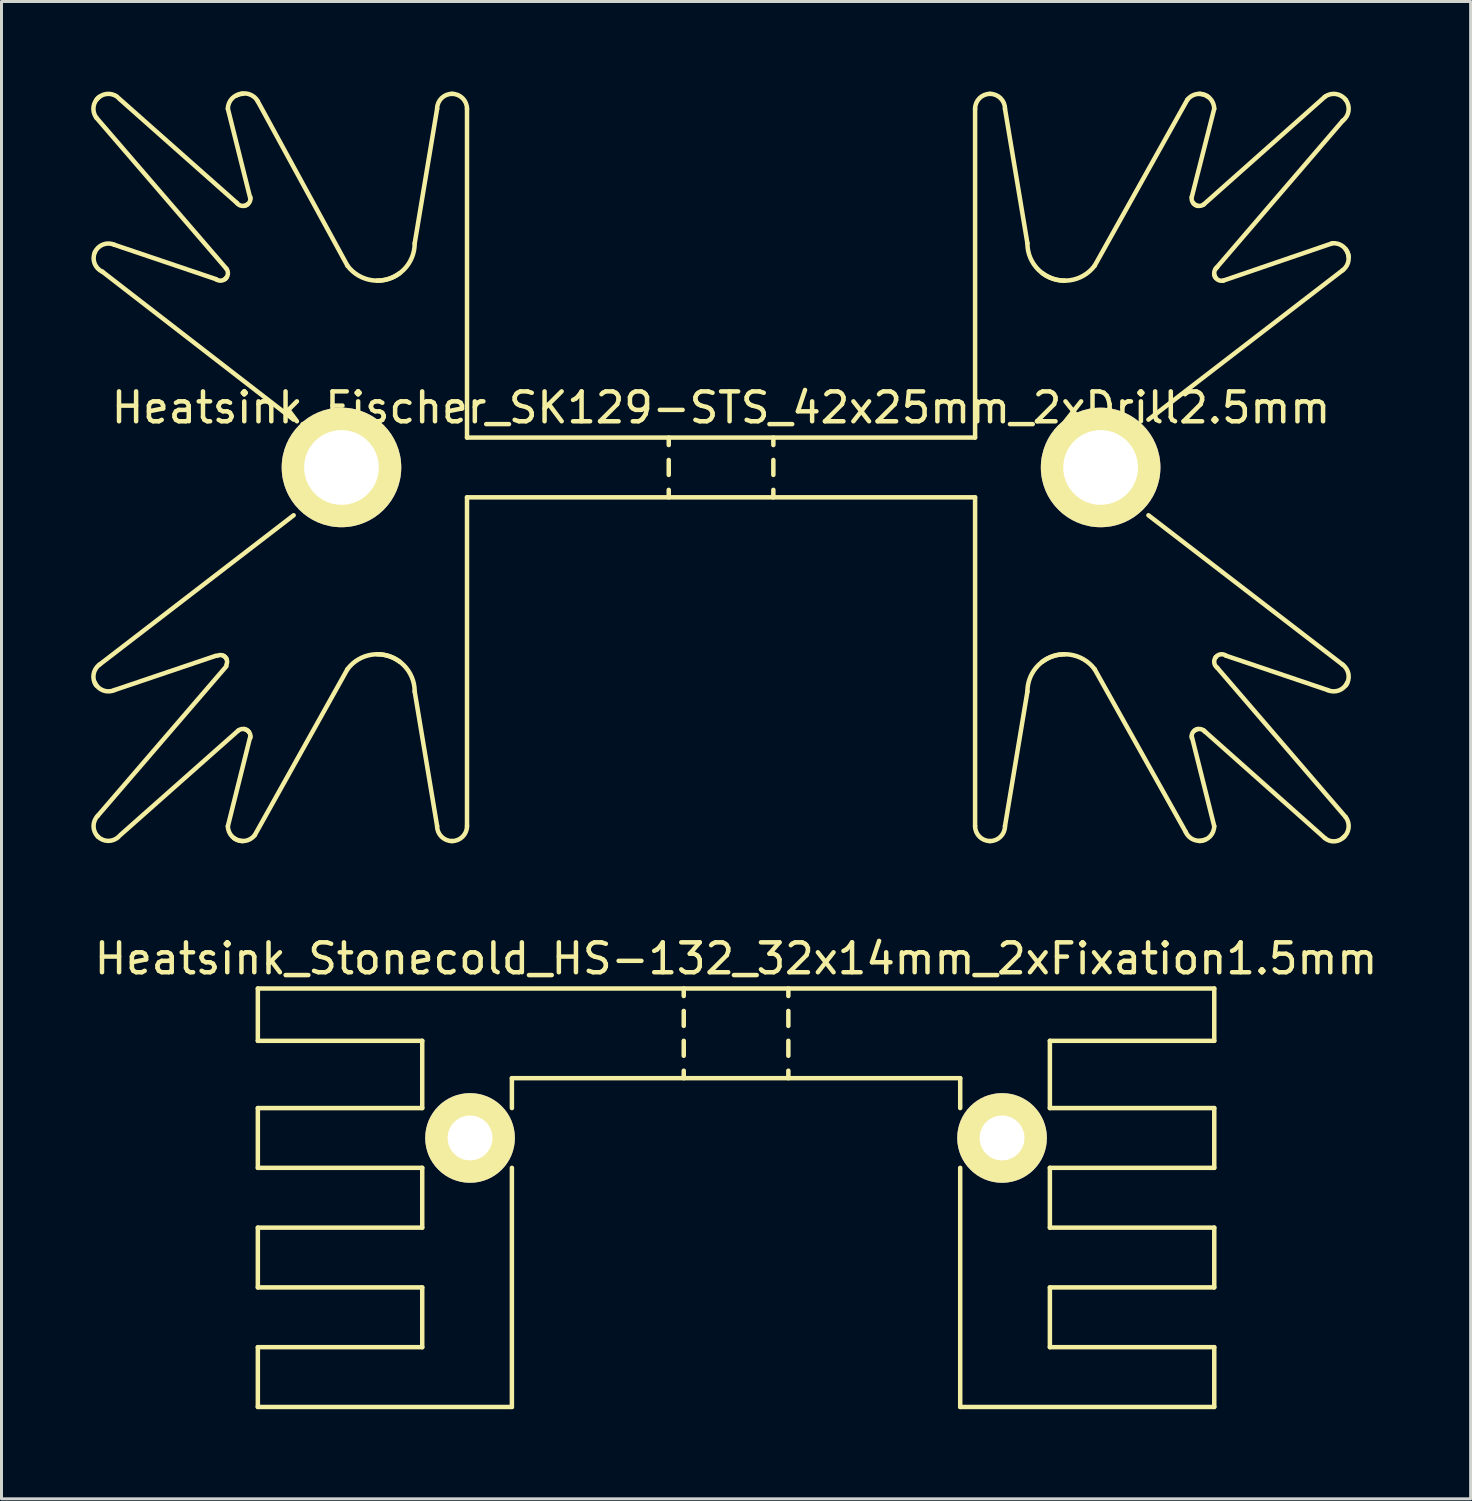
<source format=kicad_pcb>
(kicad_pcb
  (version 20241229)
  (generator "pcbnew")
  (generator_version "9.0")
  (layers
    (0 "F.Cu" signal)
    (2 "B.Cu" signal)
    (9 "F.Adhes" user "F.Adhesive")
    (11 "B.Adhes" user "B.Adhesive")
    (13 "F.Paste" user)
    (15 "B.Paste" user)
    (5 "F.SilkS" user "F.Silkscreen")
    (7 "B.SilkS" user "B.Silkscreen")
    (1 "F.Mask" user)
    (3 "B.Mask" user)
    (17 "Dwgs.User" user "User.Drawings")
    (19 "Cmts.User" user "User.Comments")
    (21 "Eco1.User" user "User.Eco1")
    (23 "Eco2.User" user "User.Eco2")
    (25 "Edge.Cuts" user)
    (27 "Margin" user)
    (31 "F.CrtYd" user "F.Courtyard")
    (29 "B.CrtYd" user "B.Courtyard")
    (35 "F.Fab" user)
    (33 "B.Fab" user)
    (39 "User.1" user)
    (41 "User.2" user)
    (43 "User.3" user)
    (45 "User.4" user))
  (footprint "Heatsink_Stonecold_HS-132_32x14mm_2xFixation1.5mm"
    (layer "F.Cu")
    (at 21.577 35.024)
    (property "Reference" "Heatsink_Stonecold_HS-132_32x14mm_2xFixation1.5mm" (at 0 -6 0) (layer "F.SilkS") (effects (font (size 1 1) (thickness 0.15))))
    (attr through_hole)
    (fp_line (start -16 -5) (end 16 -5) (stroke (width 0.15) (type solid)) (layer "F.SilkS"))
    (fp_line (start -16 -3.25) (end -16 -5) (stroke (width 0.15) (type solid)) (layer "F.SilkS"))
    (fp_line (start -16 -1) (end -16 1) (stroke (width 0.15) (type solid)) (layer "F.SilkS"))
    (fp_line (start -16 1) (end -10.5 1) (stroke (width 0.15) (type solid)) (layer "F.SilkS"))
    (fp_line (start -16 3) (end -16 5) (stroke (width 0.15) (type solid)) (layer "F.SilkS"))
    (fp_line (start -16 5) (end -10.5 5) (stroke (width 0.15) (type solid)) (layer "F.SilkS"))
    (fp_line (start -16 7) (end -16 9) (stroke (width 0.15) (type solid)) (layer "F.SilkS"))
    (fp_line (start -10.5 -3.25) (end -16 -3.25) (stroke (width 0.15) (type solid)) (layer "F.SilkS"))
    (fp_line (start -10.5 -3.25) (end -10.5 -1) (stroke (width 0.15) (type solid)) (layer "F.SilkS"))
    (fp_line (start -10.5 -1) (end -16 -1) (stroke (width 0.15) (type solid)) (layer "F.SilkS"))
    (fp_line (start -10.5 1) (end -10.5 3) (stroke (width 0.15) (type solid)) (layer "F.SilkS"))
    (fp_line (start -10.5 3) (end -16 3) (stroke (width 0.15) (type solid)) (layer "F.SilkS"))
    (fp_line (start -10.5 5) (end -10.5 7) (stroke (width 0.15) (type solid)) (layer "F.SilkS"))
    (fp_line (start -10.5 7) (end -16 7) (stroke (width 0.15) (type solid)) (layer "F.SilkS"))
    (fp_line (start -7.5 -2) (end -7.5 -1) (stroke (width 0.15) (type solid)) (layer "F.SilkS"))
    (fp_line (start -7.5 -2) (end 7.5 -2) (stroke (width 0.15) (type solid)) (layer "F.SilkS"))
    (fp_line (start -7.5 1) (end -7.5 9) (stroke (width 0.15) (type solid)) (layer "F.SilkS"))
    (fp_line (start -7.5 9) (end -16 9) (stroke (width 0.15) (type solid)) (layer "F.SilkS"))
    (fp_line (start -1.75 -4.75) (end -1.75 -5) (stroke (width 0.15) (type solid)) (layer "F.SilkS"))
    (fp_line (start -1.75 -4.25) (end -1.75 -3.75) (stroke (width 0.15) (type solid)) (layer "F.SilkS"))
    (fp_line (start -1.75 -3.25) (end -1.75 -2.75) (stroke (width 0.15) (type solid)) (layer "F.SilkS"))
    (fp_line (start -1.75 -2.25) (end -1.75 -2) (stroke (width 0.15) (type solid)) (layer "F.SilkS"))
    (fp_line (start 1.75 -4.75) (end 1.75 -5) (stroke (width 0.15) (type solid)) (layer "F.SilkS"))
    (fp_line (start 1.75 -4.25) (end 1.75 -3.75) (stroke (width 0.15) (type solid)) (layer "F.SilkS"))
    (fp_line (start 1.75 -3.25) (end 1.75 -2.75) (stroke (width 0.15) (type solid)) (layer "F.SilkS"))
    (fp_line (start 1.75 -2.25) (end 1.75 -2) (stroke (width 0.15) (type solid)) (layer "F.SilkS"))
    (fp_line (start 7.5 -2) (end 7.5 -1) (stroke (width 0.15) (type solid)) (layer "F.SilkS"))
    (fp_line (start 7.5 1) (end 7.5 9) (stroke (width 0.15) (type solid)) (layer "F.SilkS"))
    (fp_line (start 7.5 9) (end 16 9) (stroke (width 0.15) (type solid)) (layer "F.SilkS"))
    (fp_line (start 10.5 -3.25) (end 10.5 -1) (stroke (width 0.15) (type solid)) (layer "F.SilkS"))
    (fp_line (start 10.5 -3.25) (end 16 -3.25) (stroke (width 0.15) (type solid)) (layer "F.SilkS"))
    (fp_line (start 10.5 -1) (end 16 -1) (stroke (width 0.15) (type solid)) (layer "F.SilkS"))
    (fp_line (start 10.5 1) (end 10.5 3) (stroke (width 0.15) (type solid)) (layer "F.SilkS"))
    (fp_line (start 10.5 1) (end 16 1) (stroke (width 0.15) (type solid)) (layer "F.SilkS"))
    (fp_line (start 10.5 3) (end 16 3) (stroke (width 0.15) (type solid)) (layer "F.SilkS"))
    (fp_line (start 10.5 5) (end 10.5 7) (stroke (width 0.15) (type solid)) (layer "F.SilkS"))
    (fp_line (start 10.5 5) (end 16 5) (stroke (width 0.15) (type solid)) (layer "F.SilkS"))
    (fp_line (start 10.5 7) (end 16 7) (stroke (width 0.15) (type solid)) (layer "F.SilkS"))
    (fp_line (start 16 -5) (end 16 -3.25) (stroke (width 0.15) (type solid)) (layer "F.SilkS"))
    (fp_line (start 16 -1) (end 16 1) (stroke (width 0.15) (type solid)) (layer "F.SilkS"))
    (fp_line (start 16 3) (end 16 5) (stroke (width 0.15) (type solid)) (layer "F.SilkS"))
    (fp_line (start 16 7) (end 16 9) (stroke (width 0.15) (type solid)) (layer "F.SilkS"))
    (pad "1" thru_hole circle (at -8.9 0) (size 3 3) (drill 1.5) (layers "*.Cu" "*.Mask" "F.SilkS"))
    (pad "1" thru_hole circle (at 8.9 0) (size 3 3) (drill 1.5) (layers "*.Cu" "*.Mask" "F.SilkS")))
  (footprint "Heatsink_Fischer_SK129-STS_42x25mm_2xDrill2.5mm"
    (layer "F.Cu")
    (at 21.075 12.59)
    (property "Reference" "Heatsink_Fischer_SK129-STS_42x25mm_2xDrill2.5mm" (at 0 -2 0) (layer "F.SilkS") (effects (font (size 1 1) (thickness 0.15))))
    (attr through_hole)
    (fp_line (start -20.85 11.65) (end -16.55 6.65) (stroke (width 0.15) (type solid)) (layer "F.SilkS"))
    (fp_line (start -20.8 6.6) (end -14.3 1.6) (stroke (width 0.15) (type solid)) (layer "F.SilkS"))
    (fp_line (start -20.7 -6.55) (end -14.3 -1.6) (stroke (width 0.15) (type solid)) (layer "F.SilkS"))
    (fp_line (start -20.3 7.45) (end -16.9 6.3) (stroke (width 0.15) (type solid)) (layer "F.SilkS"))
    (fp_line (start -20.1 12.3) (end -16.15 8.8) (stroke (width 0.15) (type solid)) (layer "F.SilkS"))
    (fp_line (start -16.9 -6.3) (end -20.3 -7.45) (stroke (width 0.15) (type solid)) (layer "F.SilkS"))
    (fp_line (start -16.55 -6.65) (end -20.9 -11.7) (stroke (width 0.15) (type solid)) (layer "F.SilkS"))
    (fp_line (start -16.5 12) (end -15.75 9) (stroke (width 0.15) (type solid)) (layer "F.SilkS"))
    (fp_line (start -16.2 -8.85) (end -20.15 -12.35) (stroke (width 0.15) (type solid)) (layer "F.SilkS"))
    (fp_line (start -15.75 -9) (end -16.5 -12) (stroke (width 0.15) (type solid)) (layer "F.SilkS"))
    (fp_line (start -15.6 12.3) (end -12.5 6.75) (stroke (width 0.15) (type solid)) (layer "F.SilkS"))
    (fp_line (start -15.5 -12.25) (end -12.5 -6.75) (stroke (width 0.15) (type solid)) (layer "F.SilkS"))
    (fp_line (start -10.25 7.5) (end -9.5 12) (stroke (width 0.15) (type solid)) (layer "F.SilkS"))
    (fp_line (start -9.5 -12) (end -10.25 -7.5) (stroke (width 0.15) (type solid)) (layer "F.SilkS"))
    (fp_line (start -8.5 -12) (end -8.5 -1) (stroke (width 0.15) (type solid)) (layer "F.SilkS"))
    (fp_line (start -8.5 -1) (end 8.5 -1) (stroke (width 0.15) (type solid)) (layer "F.SilkS"))
    (fp_line (start -8.5 12) (end -8.5 1) (stroke (width 0.15) (type solid)) (layer "F.SilkS"))
    (fp_line (start -1.75 -1) (end -1.75 -0.75) (stroke (width 0.15) (type solid)) (layer "F.SilkS"))
    (fp_line (start -1.75 -0.25) (end -1.75 0.25) (stroke (width 0.15) (type solid)) (layer "F.SilkS"))
    (fp_line (start -1.75 1) (end -1.75 0.75) (stroke (width 0.15) (type solid)) (layer "F.SilkS"))
    (fp_line (start 1.75 -1) (end 1.75 -0.75) (stroke (width 0.15) (type solid)) (layer "F.SilkS"))
    (fp_line (start 1.75 -0.25) (end 1.75 0.25) (stroke (width 0.15) (type solid)) (layer "F.SilkS"))
    (fp_line (start 1.75 0.75) (end 1.75 1) (stroke (width 0.15) (type solid)) (layer "F.SilkS"))
    (fp_line (start 8.5 -12) (end 8.5 -1) (stroke (width 0.15) (type solid)) (layer "F.SilkS"))
    (fp_line (start 8.5 1) (end -8.5 1) (stroke (width 0.15) (type solid)) (layer "F.SilkS"))
    (fp_line (start 8.5 12) (end 8.5 1) (stroke (width 0.15) (type solid)) (layer "F.SilkS"))
    (fp_line (start 9.5 -12) (end 10.25 -7.5) (stroke (width 0.15) (type solid)) (layer "F.SilkS"))
    (fp_line (start 10.25 7.5) (end 9.5 12) (stroke (width 0.15) (type solid)) (layer "F.SilkS"))
    (fp_line (start 12.5 -6.75) (end 15.6 -12.3) (stroke (width 0.15) (type solid)) (layer "F.SilkS"))
    (fp_line (start 15.55 12.2) (end 12.5 6.75) (stroke (width 0.15) (type solid)) (layer "F.SilkS"))
    (fp_line (start 16.15 -8.8) (end 20.2 -12.4) (stroke (width 0.15) (type solid)) (layer "F.SilkS"))
    (fp_line (start 16.15 8.8) (end 20.2 12.4) (stroke (width 0.15) (type solid)) (layer "F.SilkS"))
    (fp_line (start 16.5 -12) (end 15.75 -9.05) (stroke (width 0.15) (type solid)) (layer "F.SilkS"))
    (fp_line (start 16.5 12) (end 15.75 9) (stroke (width 0.15) (type solid)) (layer "F.SilkS"))
    (fp_line (start 16.55 -6.65) (end 20.8 -11.6) (stroke (width 0.15) (type solid)) (layer "F.SilkS"))
    (fp_line (start 16.6 6.7) (end 20.9 11.7) (stroke (width 0.15) (type solid)) (layer "F.SilkS"))
    (fp_line (start 16.8 -6.25) (end 20.45 -7.5) (stroke (width 0.15) (type solid)) (layer "F.SilkS"))
    (fp_line (start 16.9 6.3) (end 20.3 7.45) (stroke (width 0.15) (type solid)) (layer "F.SilkS"))
    (fp_line (start 20.8 -6.6) (end 14.3 -1.6) (stroke (width 0.15) (type solid)) (layer "F.SilkS"))
    (fp_line (start 20.8 6.6) (end 14.3 1.6) (stroke (width 0.15) (type solid)) (layer "F.SilkS"))
    (fp_arc (start -20.95 -7.2) (mid -20.676777 -7.459619) (end -20.3 -7.45) (stroke (width 0.15) (type solid)) (layer "F.SilkS"))
    (fp_arc (start -20.9 -12.3) (mid -20.570711 -12.494975) (end -20.2 -12.4) (stroke (width 0.15) (type solid)) (layer "F.SilkS"))
    (fp_arc (start -20.9 -11.7) (mid -20.994975 -12.070711) (end -20.8 -12.4) (stroke (width 0.15) (type solid)) (layer "F.SilkS"))
    (fp_arc (start -20.9 7.3) (mid -20.994975 6.929289) (end -20.8 6.6) (stroke (width 0.15) (type solid)) (layer "F.SilkS"))
    (fp_arc (start -20.85 12.35) (mid -20.994975 12) (end -20.85 11.65) (stroke (width 0.15) (type solid)) (layer "F.SilkS"))
    (fp_arc (start -20.7 -6.55) (mid -20.959619 -6.823223) (end -20.95 -7.2) (stroke (width 0.15) (type solid)) (layer "F.SilkS"))
    (fp_arc (start -20.3 7.45) (mid -20.676777 7.459619) (end -20.95 7.2) (stroke (width 0.15) (type solid)) (layer "F.SilkS"))
    (fp_arc (start -20.15 12.35) (mid -20.5 12.494975) (end -20.85 12.35) (stroke (width 0.15) (type solid)) (layer "F.SilkS"))
    (fp_arc (start -16.85 6.3) (mid -16.679289 6.287868) (end -16.55 6.4) (stroke (width 0.15) (type solid)) (layer "F.SilkS"))
    (fp_arc (start -16.65 6.3) (mid -16.537868 6.429289) (end -16.55 6.6) (stroke (width 0.15) (type solid)) (layer "F.SilkS"))
    (fp_arc (start -16.55 -6.65) (mid -16.502513 -6.464645) (end -16.6 -6.3) (stroke (width 0.15) (type solid)) (layer "F.SilkS"))
    (fp_arc (start -16.55 -6.35) (mid -16.714645 -6.252513) (end -16.9 -6.3) (stroke (width 0.15) (type solid)) (layer "F.SilkS"))
    (fp_arc (start -16.5 -12) (mid -16.353553 -12.353553) (end -16 -12.5) (stroke (width 0.15) (type solid)) (layer "F.SilkS"))
    (fp_arc (start -16.2 -12.45) (mid -15.808579 -12.494975) (end -15.5 -12.25) (stroke (width 0.15) (type solid)) (layer "F.SilkS"))
    (fp_arc (start -16.15 8.8) (mid -15.964645 8.752513) (end -15.8 8.85) (stroke (width 0.15) (type solid)) (layer "F.SilkS"))
    (fp_arc (start -16 12.5) (mid -16.353553 12.353553) (end -16.5 12) (stroke (width 0.15) (type solid)) (layer "F.SilkS"))
    (fp_arc (start -15.95 8.75) (mid -15.787868 8.858579) (end -15.75 9.05) (stroke (width 0.15) (type solid)) (layer "F.SilkS"))
    (fp_arc (start -15.85 -8.8) (mid -16.035355 -8.752513) (end -16.2 -8.85) (stroke (width 0.15) (type solid)) (layer "F.SilkS"))
    (fp_arc (start -15.75 -9.05) (mid -15.787868 -8.858579) (end -15.95 -8.75) (stroke (width 0.15) (type solid)) (layer "F.SilkS"))
    (fp_arc (start -15.6 12.3) (mid -15.929289 12.494975) (end -16.3 12.4) (stroke (width 0.15) (type solid)) (layer "F.SilkS"))
    (fp_arc (start -12.5 6.75) (mid -11.676777 6.262563) (end -10.75 6.5) (stroke (width 0.15) (type solid)) (layer "F.SilkS"))
    (fp_arc (start -11.5 6.25) (mid -10.616117 6.616117) (end -10.25 7.5) (stroke (width 0.15) (type solid)) (layer "F.SilkS"))
    (fp_arc (start -10.75 -6.5) (mid -11.676777 -6.262563) (end -12.5 -6.75) (stroke (width 0.15) (type solid)) (layer "F.SilkS"))
    (fp_arc (start -10.25 -7.5) (mid -10.616117 -6.616117) (end -11.5 -6.25) (stroke (width 0.15) (type solid)) (layer "F.SilkS"))
    (fp_arc (start -9.5 -12) (mid -9.353553 -12.353553) (end -9 -12.5) (stroke (width 0.15) (type solid)) (layer "F.SilkS"))
    (fp_arc (start -9 -12.5) (mid -8.646447 -12.353553) (end -8.5 -12) (stroke (width 0.15) (type solid)) (layer "F.SilkS"))
    (fp_arc (start -9 12.5) (mid -9.353553 12.353553) (end -9.5 12) (stroke (width 0.15) (type solid)) (layer "F.SilkS"))
    (fp_arc (start -8.5 12) (mid -8.646447 12.353553) (end -9 12.5) (stroke (width 0.15) (type solid)) (layer "F.SilkS"))
    (fp_arc (start 8.5 -12) (mid 8.646447 -12.353553) (end 9 -12.5) (stroke (width 0.15) (type solid)) (layer "F.SilkS"))
    (fp_arc (start 9 -12.5) (mid 9.353553 -12.353553) (end 9.5 -12) (stroke (width 0.15) (type solid)) (layer "F.SilkS"))
    (fp_arc (start 9 12.5) (mid 8.646447 12.353553) (end 8.5 12) (stroke (width 0.15) (type solid)) (layer "F.SilkS"))
    (fp_arc (start 9.5 12) (mid 9.353553 12.353553) (end 9 12.5) (stroke (width 0.15) (type solid)) (layer "F.SilkS"))
    (fp_arc (start 10.25 7.5) (mid 10.616117 6.616117) (end 11.5 6.25) (stroke (width 0.15) (type solid)) (layer "F.SilkS"))
    (fp_arc (start 10.75 6.5) (mid 11.676777 6.262563) (end 12.5 6.75) (stroke (width 0.15) (type solid)) (layer "F.SilkS"))
    (fp_arc (start 11.5 -6.25) (mid 10.616117 -6.616117) (end 10.25 -7.5) (stroke (width 0.15) (type solid)) (layer "F.SilkS"))
    (fp_arc (start 12.5 -6.75) (mid 11.676777 -6.262563) (end 10.75 -6.5) (stroke (width 0.15) (type solid)) (layer "F.SilkS"))
    (fp_arc (start 15.6 -12.3) (mid 15.929289 -12.494975) (end 16.3 -12.4) (stroke (width 0.15) (type solid)) (layer "F.SilkS"))
    (fp_arc (start 15.75 9.05) (mid 15.787868 8.858579) (end 15.95 8.75) (stroke (width 0.15) (type solid)) (layer "F.SilkS"))
    (fp_arc (start 15.85 8.8) (mid 16.035355 8.752513) (end 16.2 8.85) (stroke (width 0.15) (type solid)) (layer "F.SilkS"))
    (fp_arc (start 15.95 -8.75) (mid 15.787868 -8.858579) (end 15.75 -9.05) (stroke (width 0.15) (type solid)) (layer "F.SilkS"))
    (fp_arc (start 16 -12.5) (mid 16.353553 -12.353553) (end 16.5 -12) (stroke (width 0.15) (type solid)) (layer "F.SilkS"))
    (fp_arc (start 16.15 -8.8) (mid 15.964645 -8.752513) (end 15.8 -8.85) (stroke (width 0.15) (type solid)) (layer "F.SilkS"))
    (fp_arc (start 16.2 12.45) (mid 15.823223 12.459619) (end 15.55 12.2) (stroke (width 0.15) (type solid)) (layer "F.SilkS"))
    (fp_arc (start 16.5 12) (mid 16.353553 12.353553) (end 16 12.5) (stroke (width 0.15) (type solid)) (layer "F.SilkS"))
    (fp_arc (start 16.55 -6.35) (mid 16.502513 -6.535355) (end 16.6 -6.7) (stroke (width 0.15) (type solid)) (layer "F.SilkS"))
    (fp_arc (start 16.55 6.35) (mid 16.714645 6.252513) (end 16.9 6.3) (stroke (width 0.15) (type solid)) (layer "F.SilkS"))
    (fp_arc (start 16.6 6.7) (mid 16.502513 6.535355) (end 16.55 6.35) (stroke (width 0.15) (type solid)) (layer "F.SilkS"))
    (fp_arc (start 16.8 -6.25) (mid 16.608579 -6.287868) (end 16.5 -6.45) (stroke (width 0.15) (type solid)) (layer "F.SilkS"))
    (fp_arc (start 20.2 -12.4) (mid 20.570711 -12.494975) (end 20.9 -12.3) (stroke (width 0.15) (type solid)) (layer "F.SilkS"))
    (fp_arc (start 20.45 -7.5) (mid 20.818198 -7.388909) (end 21 -7.05) (stroke (width 0.15) (type solid)) (layer "F.SilkS"))
    (fp_arc (start 20.8 6.6) (mid 20.994975 6.929289) (end 20.9 7.3) (stroke (width 0.15) (type solid)) (layer "F.SilkS"))
    (fp_arc (start 20.85 12.35) (mid 20.535355 12.509619) (end 20.2 12.4) (stroke (width 0.15) (type solid)) (layer "F.SilkS"))
    (fp_arc (start 20.9 -12.3) (mid 20.994975 -11.929289) (end 20.8 -11.6) (stroke (width 0.15) (type solid)) (layer "F.SilkS"))
    (fp_arc (start 20.9 -7.3) (mid 20.994975 -6.929289) (end 20.8 -6.6) (stroke (width 0.15) (type solid)) (layer "F.SilkS"))
    (fp_arc (start 20.9 11.7) (mid 20.994975 12.070711) (end 20.8 12.4) (stroke (width 0.15) (type solid)) (layer "F.SilkS"))
    (fp_arc (start 20.95 7.2) (mid 20.676777 7.459619) (end 20.3 7.45) (stroke (width 0.15) (type solid)) (layer "F.SilkS"))
    (pad "1" thru_hole circle (at -12.7 0) (size 4 4) (drill 2.5) (layers "*.Cu" "*.Mask" "F.SilkS"))
    (pad "1" thru_hole circle (at 12.7 0) (size 4 4) (drill 2.5) (layers "*.Cu" "*.Mask" "F.SilkS")))
  (gr_rect
    (start -3 -3)
    (end 46.155 47.099)
    (stroke (width 0.1) (type default))
    (fill no)
    (layer "Edge.Cuts")))
</source>
